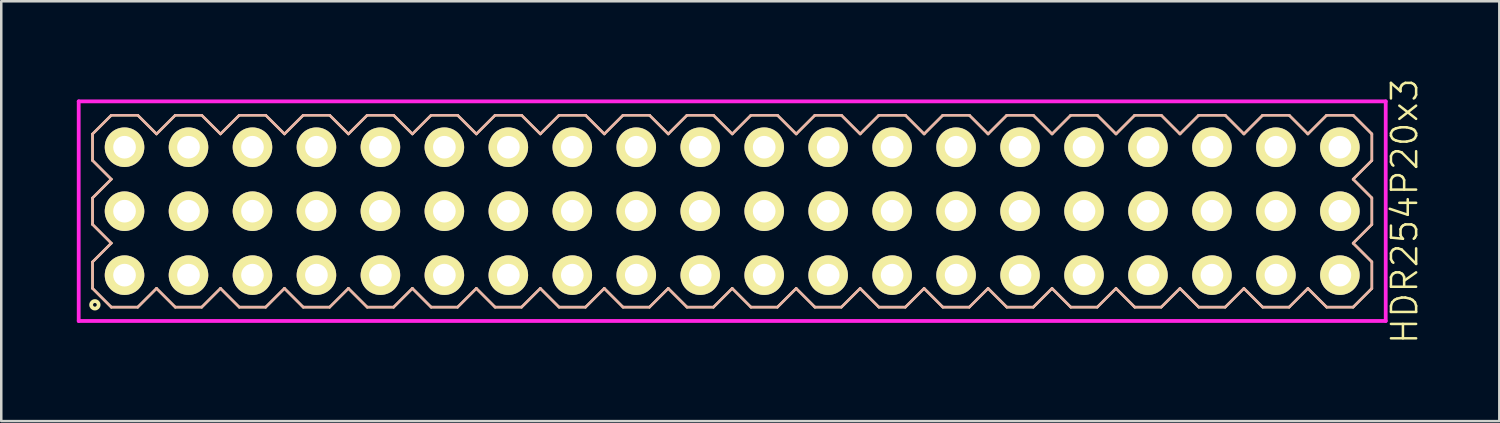
<source format=kicad_pcb>
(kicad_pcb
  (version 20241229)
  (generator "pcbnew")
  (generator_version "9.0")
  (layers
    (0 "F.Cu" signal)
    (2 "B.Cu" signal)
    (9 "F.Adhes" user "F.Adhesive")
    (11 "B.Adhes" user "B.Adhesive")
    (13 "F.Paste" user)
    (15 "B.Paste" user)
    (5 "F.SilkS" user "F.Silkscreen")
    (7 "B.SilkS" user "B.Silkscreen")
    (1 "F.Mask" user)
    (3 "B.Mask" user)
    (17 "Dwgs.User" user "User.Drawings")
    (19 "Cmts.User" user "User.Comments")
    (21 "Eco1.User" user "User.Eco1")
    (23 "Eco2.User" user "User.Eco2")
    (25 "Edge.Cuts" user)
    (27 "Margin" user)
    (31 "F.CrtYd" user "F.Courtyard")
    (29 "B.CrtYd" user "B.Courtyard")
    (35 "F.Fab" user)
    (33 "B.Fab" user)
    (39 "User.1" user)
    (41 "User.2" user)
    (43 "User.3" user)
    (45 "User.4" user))
  (footprint "HDR254P20x3"
    (layer "F.Cu")
    (at 26.025 5.336)
    (property "Reference" "HDR254P20x3" (at 26.7 0 90) (layer "F.SilkS") (effects (font (size 1 1) (thickness 0.1))))
    (attr through_hole)
    (fp_line (start -25.4 -3.066) (end -24.656 -3.81) (stroke (width 0.1) (type solid)) (layer "F.SilkS"))
    (fp_line (start -25.4 -2.014) (end -25.4 -3.066) (stroke (width 0.1) (type solid)) (layer "F.SilkS"))
    (fp_line (start -25.4 -0.526) (end -24.656 -1.27) (stroke (width 0.1) (type solid)) (layer "F.SilkS"))
    (fp_line (start -25.4 0.526) (end -25.4 -0.526) (stroke (width 0.1) (type solid)) (layer "F.SilkS"))
    (fp_line (start -25.4 2.014) (end -24.656 1.27) (stroke (width 0.1) (type solid)) (layer "F.SilkS"))
    (fp_line (start -25.4 3.066) (end -25.4 2.014) (stroke (width 0.1) (type solid)) (layer "F.SilkS"))
    (fp_line (start -24.656 -3.81) (end -23.604 -3.81) (stroke (width 0.1) (type solid)) (layer "F.SilkS"))
    (fp_line (start -24.656 -1.27) (end -25.4 -2.014) (stroke (width 0.1) (type solid)) (layer "F.SilkS"))
    (fp_line (start -24.656 1.27) (end -25.4 0.526) (stroke (width 0.1) (type solid)) (layer "F.SilkS"))
    (fp_line (start -24.656 3.81) (end -25.4 3.066) (stroke (width 0.1) (type solid)) (layer "F.SilkS"))
    (fp_line (start -23.604 -3.81) (end -22.86 -3.066) (stroke (width 0.1) (type solid)) (layer "F.SilkS"))
    (fp_line (start -23.604 3.81) (end -24.656 3.81) (stroke (width 0.1) (type solid)) (layer "F.SilkS"))
    (fp_line (start -22.86 -3.066) (end -22.116 -3.81) (stroke (width 0.1) (type solid)) (layer "F.SilkS"))
    (fp_line (start -22.86 3.066) (end -23.604 3.81) (stroke (width 0.1) (type solid)) (layer "F.SilkS"))
    (fp_line (start -22.116 -3.81) (end -21.064 -3.81) (stroke (width 0.1) (type solid)) (layer "F.SilkS"))
    (fp_line (start -22.116 3.81) (end -22.86 3.066) (stroke (width 0.1) (type solid)) (layer "F.SilkS"))
    (fp_line (start -21.064 -3.81) (end -20.32 -3.066) (stroke (width 0.1) (type solid)) (layer "F.SilkS"))
    (fp_line (start -21.064 3.81) (end -22.116 3.81) (stroke (width 0.1) (type solid)) (layer "F.SilkS"))
    (fp_line (start -20.32 -3.066) (end -19.576 -3.81) (stroke (width 0.1) (type solid)) (layer "F.SilkS"))
    (fp_line (start -20.32 3.066) (end -21.064 3.81) (stroke (width 0.1) (type solid)) (layer "F.SilkS"))
    (fp_line (start -19.576 -3.81) (end -18.524 -3.81) (stroke (width 0.1) (type solid)) (layer "F.SilkS"))
    (fp_line (start -19.576 3.81) (end -20.32 3.066) (stroke (width 0.1) (type solid)) (layer "F.SilkS"))
    (fp_line (start -18.524 -3.81) (end -17.78 -3.066) (stroke (width 0.1) (type solid)) (layer "F.SilkS"))
    (fp_line (start -18.524 3.81) (end -19.576 3.81) (stroke (width 0.1) (type solid)) (layer "F.SilkS"))
    (fp_line (start -17.78 -3.066) (end -17.036 -3.81) (stroke (width 0.1) (type solid)) (layer "F.SilkS"))
    (fp_line (start -17.78 3.066) (end -18.524 3.81) (stroke (width 0.1) (type solid)) (layer "F.SilkS"))
    (fp_line (start -17.036 -3.81) (end -15.984 -3.81) (stroke (width 0.1) (type solid)) (layer "F.SilkS"))
    (fp_line (start -17.036 3.81) (end -17.78 3.066) (stroke (width 0.1) (type solid)) (layer "F.SilkS"))
    (fp_line (start -15.984 -3.81) (end -15.24 -3.066) (stroke (width 0.1) (type solid)) (layer "F.SilkS"))
    (fp_line (start -15.984 3.81) (end -17.036 3.81) (stroke (width 0.1) (type solid)) (layer "F.SilkS"))
    (fp_line (start -15.24 -3.066) (end -14.496 -3.81) (stroke (width 0.1) (type solid)) (layer "F.SilkS"))
    (fp_line (start -15.24 3.066) (end -15.984 3.81) (stroke (width 0.1) (type solid)) (layer "F.SilkS"))
    (fp_line (start -14.496 -3.81) (end -13.444 -3.81) (stroke (width 0.1) (type solid)) (layer "F.SilkS"))
    (fp_line (start -14.496 3.81) (end -15.24 3.066) (stroke (width 0.1) (type solid)) (layer "F.SilkS"))
    (fp_line (start -13.444 -3.81) (end -12.7 -3.066) (stroke (width 0.1) (type solid)) (layer "F.SilkS"))
    (fp_line (start -13.444 3.81) (end -14.496 3.81) (stroke (width 0.1) (type solid)) (layer "F.SilkS"))
    (fp_line (start -12.7 -3.066) (end -11.956 -3.81) (stroke (width 0.1) (type solid)) (layer "F.SilkS"))
    (fp_line (start -12.7 3.066) (end -13.444 3.81) (stroke (width 0.1) (type solid)) (layer "F.SilkS"))
    (fp_line (start -11.956 -3.81) (end -10.904 -3.81) (stroke (width 0.1) (type solid)) (layer "F.SilkS"))
    (fp_line (start -11.956 3.81) (end -12.7 3.066) (stroke (width 0.1) (type solid)) (layer "F.SilkS"))
    (fp_line (start -10.904 -3.81) (end -10.16 -3.066) (stroke (width 0.1) (type solid)) (layer "F.SilkS"))
    (fp_line (start -10.904 3.81) (end -11.956 3.81) (stroke (width 0.1) (type solid)) (layer "F.SilkS"))
    (fp_line (start -10.16 -3.066) (end -9.416 -3.81) (stroke (width 0.1) (type solid)) (layer "F.SilkS"))
    (fp_line (start -10.16 3.066) (end -10.904 3.81) (stroke (width 0.1) (type solid)) (layer "F.SilkS"))
    (fp_line (start -9.416 -3.81) (end -8.364 -3.81) (stroke (width 0.1) (type solid)) (layer "F.SilkS"))
    (fp_line (start -9.416 3.81) (end -10.16 3.066) (stroke (width 0.1) (type solid)) (layer "F.SilkS"))
    (fp_line (start -8.364 -3.81) (end -7.62 -3.066) (stroke (width 0.1) (type solid)) (layer "F.SilkS"))
    (fp_line (start -8.364 3.81) (end -9.416 3.81) (stroke (width 0.1) (type solid)) (layer "F.SilkS"))
    (fp_line (start -7.62 -3.066) (end -6.876 -3.81) (stroke (width 0.1) (type solid)) (layer "F.SilkS"))
    (fp_line (start -7.62 3.066) (end -8.364 3.81) (stroke (width 0.1) (type solid)) (layer "F.SilkS"))
    (fp_line (start -6.876 -3.81) (end -5.824 -3.81) (stroke (width 0.1) (type solid)) (layer "F.SilkS"))
    (fp_line (start -6.876 3.81) (end -7.62 3.066) (stroke (width 0.1) (type solid)) (layer "F.SilkS"))
    (fp_line (start -5.824 -3.81) (end -5.08 -3.066) (stroke (width 0.1) (type solid)) (layer "F.SilkS"))
    (fp_line (start -5.824 3.81) (end -6.876 3.81) (stroke (width 0.1) (type solid)) (layer "F.SilkS"))
    (fp_line (start -5.08 -3.066) (end -4.336 -3.81) (stroke (width 0.1) (type solid)) (layer "F.SilkS"))
    (fp_line (start -5.08 3.066) (end -5.824 3.81) (stroke (width 0.1) (type solid)) (layer "F.SilkS"))
    (fp_line (start -4.336 -3.81) (end -3.284 -3.81) (stroke (width 0.1) (type solid)) (layer "F.SilkS"))
    (fp_line (start -4.336 3.81) (end -5.08 3.066) (stroke (width 0.1) (type solid)) (layer "F.SilkS"))
    (fp_line (start -3.284 -3.81) (end -2.54 -3.066) (stroke (width 0.1) (type solid)) (layer "F.SilkS"))
    (fp_line (start -3.284 3.81) (end -4.336 3.81) (stroke (width 0.1) (type solid)) (layer "F.SilkS"))
    (fp_line (start -2.54 -3.066) (end -1.796 -3.81) (stroke (width 0.1) (type solid)) (layer "F.SilkS"))
    (fp_line (start -2.54 3.066) (end -3.284 3.81) (stroke (width 0.1) (type solid)) (layer "F.SilkS"))
    (fp_line (start -1.796 -3.81) (end -0.744 -3.81) (stroke (width 0.1) (type solid)) (layer "F.SilkS"))
    (fp_line (start -1.796 3.81) (end -2.54 3.066) (stroke (width 0.1) (type solid)) (layer "F.SilkS"))
    (fp_line (start -0.744 -3.81) (end 0 -3.066) (stroke (width 0.1) (type solid)) (layer "F.SilkS"))
    (fp_line (start -0.744 3.81) (end -1.796 3.81) (stroke (width 0.1) (type solid)) (layer "F.SilkS"))
    (fp_line (start 0 -3.066) (end 0.744 -3.81) (stroke (width 0.1) (type solid)) (layer "F.SilkS"))
    (fp_line (start 0 3.066) (end -0.744 3.81) (stroke (width 0.1) (type solid)) (layer "F.SilkS"))
    (fp_line (start 0.744 -3.81) (end 1.796 -3.81) (stroke (width 0.1) (type solid)) (layer "F.SilkS"))
    (fp_line (start 0.744 3.81) (end 0 3.066) (stroke (width 0.1) (type solid)) (layer "F.SilkS"))
    (fp_line (start 1.796 -3.81) (end 2.54 -3.066) (stroke (width 0.1) (type solid)) (layer "F.SilkS"))
    (fp_line (start 1.796 3.81) (end 0.744 3.81) (stroke (width 0.1) (type solid)) (layer "F.SilkS"))
    (fp_line (start 2.54 -3.066) (end 3.284 -3.81) (stroke (width 0.1) (type solid)) (layer "F.SilkS"))
    (fp_line (start 2.54 3.066) (end 1.796 3.81) (stroke (width 0.1) (type solid)) (layer "F.SilkS"))
    (fp_line (start 3.284 -3.81) (end 4.336 -3.81) (stroke (width 0.1) (type solid)) (layer "F.SilkS"))
    (fp_line (start 3.284 3.81) (end 2.54 3.066) (stroke (width 0.1) (type solid)) (layer "F.SilkS"))
    (fp_line (start 4.336 -3.81) (end 5.08 -3.066) (stroke (width 0.1) (type solid)) (layer "F.SilkS"))
    (fp_line (start 4.336 3.81) (end 3.284 3.81) (stroke (width 0.1) (type solid)) (layer "F.SilkS"))
    (fp_line (start 5.08 -3.066) (end 5.824 -3.81) (stroke (width 0.1) (type solid)) (layer "F.SilkS"))
    (fp_line (start 5.08 3.066) (end 4.336 3.81) (stroke (width 0.1) (type solid)) (layer "F.SilkS"))
    (fp_line (start 5.824 -3.81) (end 6.876 -3.81) (stroke (width 0.1) (type solid)) (layer "F.SilkS"))
    (fp_line (start 5.824 3.81) (end 5.08 3.066) (stroke (width 0.1) (type solid)) (layer "F.SilkS"))
    (fp_line (start 6.876 -3.81) (end 7.62 -3.066) (stroke (width 0.1) (type solid)) (layer "F.SilkS"))
    (fp_line (start 6.876 3.81) (end 5.824 3.81) (stroke (width 0.1) (type solid)) (layer "F.SilkS"))
    (fp_line (start 7.62 -3.066) (end 8.364 -3.81) (stroke (width 0.1) (type solid)) (layer "F.SilkS"))
    (fp_line (start 7.62 3.066) (end 6.876 3.81) (stroke (width 0.1) (type solid)) (layer "F.SilkS"))
    (fp_line (start 8.364 -3.81) (end 9.416 -3.81) (stroke (width 0.1) (type solid)) (layer "F.SilkS"))
    (fp_line (start 8.364 3.81) (end 7.62 3.066) (stroke (width 0.1) (type solid)) (layer "F.SilkS"))
    (fp_line (start 9.416 -3.81) (end 10.16 -3.066) (stroke (width 0.1) (type solid)) (layer "F.SilkS"))
    (fp_line (start 9.416 3.81) (end 8.364 3.81) (stroke (width 0.1) (type solid)) (layer "F.SilkS"))
    (fp_line (start 10.16 -3.066) (end 10.904 -3.81) (stroke (width 0.1) (type solid)) (layer "F.SilkS"))
    (fp_line (start 10.16 3.066) (end 9.416 3.81) (stroke (width 0.1) (type solid)) (layer "F.SilkS"))
    (fp_line (start 10.904 -3.81) (end 11.956 -3.81) (stroke (width 0.1) (type solid)) (layer "F.SilkS"))
    (fp_line (start 10.904 3.81) (end 10.16 3.066) (stroke (width 0.1) (type solid)) (layer "F.SilkS"))
    (fp_line (start 11.956 -3.81) (end 12.7 -3.066) (stroke (width 0.1) (type solid)) (layer "F.SilkS"))
    (fp_line (start 11.956 3.81) (end 10.904 3.81) (stroke (width 0.1) (type solid)) (layer "F.SilkS"))
    (fp_line (start 12.7 -3.066) (end 13.444 -3.81) (stroke (width 0.1) (type solid)) (layer "F.SilkS"))
    (fp_line (start 12.7 3.066) (end 11.956 3.81) (stroke (width 0.1) (type solid)) (layer "F.SilkS"))
    (fp_line (start 13.444 -3.81) (end 14.496 -3.81) (stroke (width 0.1) (type solid)) (layer "F.SilkS"))
    (fp_line (start 13.444 3.81) (end 12.7 3.066) (stroke (width 0.1) (type solid)) (layer "F.SilkS"))
    (fp_line (start 14.496 -3.81) (end 15.24 -3.066) (stroke (width 0.1) (type solid)) (layer "F.SilkS"))
    (fp_line (start 14.496 3.81) (end 13.444 3.81) (stroke (width 0.1) (type solid)) (layer "F.SilkS"))
    (fp_line (start 15.24 -3.066) (end 15.984 -3.81) (stroke (width 0.1) (type solid)) (layer "F.SilkS"))
    (fp_line (start 15.24 3.066) (end 14.496 3.81) (stroke (width 0.1) (type solid)) (layer "F.SilkS"))
    (fp_line (start 15.984 -3.81) (end 17.036 -3.81) (stroke (width 0.1) (type solid)) (layer "F.SilkS"))
    (fp_line (start 15.984 3.81) (end 15.24 3.066) (stroke (width 0.1) (type solid)) (layer "F.SilkS"))
    (fp_line (start 17.036 -3.81) (end 17.78 -3.066) (stroke (width 0.1) (type solid)) (layer "F.SilkS"))
    (fp_line (start 17.036 3.81) (end 15.984 3.81) (stroke (width 0.1) (type solid)) (layer "F.SilkS"))
    (fp_line (start 17.78 -3.066) (end 18.524 -3.81) (stroke (width 0.1) (type solid)) (layer "F.SilkS"))
    (fp_line (start 17.78 3.066) (end 17.036 3.81) (stroke (width 0.1) (type solid)) (layer "F.SilkS"))
    (fp_line (start 18.524 -3.81) (end 19.576 -3.81) (stroke (width 0.1) (type solid)) (layer "F.SilkS"))
    (fp_line (start 18.524 3.81) (end 17.78 3.066) (stroke (width 0.1) (type solid)) (layer "F.SilkS"))
    (fp_line (start 19.576 -3.81) (end 20.32 -3.066) (stroke (width 0.1) (type solid)) (layer "F.SilkS"))
    (fp_line (start 19.576 3.81) (end 18.524 3.81) (stroke (width 0.1) (type solid)) (layer "F.SilkS"))
    (fp_line (start 20.32 -3.066) (end 21.064 -3.81) (stroke (width 0.1) (type solid)) (layer "F.SilkS"))
    (fp_line (start 20.32 3.066) (end 19.576 3.81) (stroke (width 0.1) (type solid)) (layer "F.SilkS"))
    (fp_line (start 21.064 -3.81) (end 22.116 -3.81) (stroke (width 0.1) (type solid)) (layer "F.SilkS"))
    (fp_line (start 21.064 3.81) (end 20.32 3.066) (stroke (width 0.1) (type solid)) (layer "F.SilkS"))
    (fp_line (start 22.116 -3.81) (end 22.86 -3.066) (stroke (width 0.1) (type solid)) (layer "F.SilkS"))
    (fp_line (start 22.116 3.81) (end 21.064 3.81) (stroke (width 0.1) (type solid)) (layer "F.SilkS"))
    (fp_line (start 22.86 -3.066) (end 23.604 -3.81) (stroke (width 0.1) (type solid)) (layer "F.SilkS"))
    (fp_line (start 22.86 3.066) (end 22.116 3.81) (stroke (width 0.1) (type solid)) (layer "F.SilkS"))
    (fp_line (start 23.604 -3.81) (end 24.656 -3.81) (stroke (width 0.1) (type solid)) (layer "F.SilkS"))
    (fp_line (start 23.604 3.81) (end 22.86 3.066) (stroke (width 0.1) (type solid)) (layer "F.SilkS"))
    (fp_line (start 24.656 -3.81) (end 25.4 -3.066) (stroke (width 0.1) (type solid)) (layer "F.SilkS"))
    (fp_line (start 24.656 -1.27) (end 25.4 -0.526) (stroke (width 0.1) (type solid)) (layer "F.SilkS"))
    (fp_line (start 24.656 1.27) (end 25.4 2.014) (stroke (width 0.1) (type solid)) (layer "F.SilkS"))
    (fp_line (start 24.656 3.81) (end 23.604 3.81) (stroke (width 0.1) (type solid)) (layer "F.SilkS"))
    (fp_line (start 25.4 -3.066) (end 25.4 -2.014) (stroke (width 0.1) (type solid)) (layer "F.SilkS"))
    (fp_line (start 25.4 -2.014) (end 24.656 -1.27) (stroke (width 0.1) (type solid)) (layer "F.SilkS"))
    (fp_line (start 25.4 -0.526) (end 25.4 0.526) (stroke (width 0.1) (type solid)) (layer "F.SilkS"))
    (fp_line (start 25.4 0.526) (end 24.656 1.27) (stroke (width 0.1) (type solid)) (layer "F.SilkS"))
    (fp_line (start 25.4 2.014) (end 25.4 3.066) (stroke (width 0.1) (type solid)) (layer "F.SilkS"))
    (fp_line (start 25.4 3.066) (end 24.656 3.81) (stroke (width 0.1) (type solid)) (layer "F.SilkS"))
    (fp_circle (center -25.307 3.718) (end -25.158 3.718) (stroke (width 0.15) (type solid)) (fill no) (layer "F.SilkS"))
    (fp_line (start -25.4 -3.066) (end -24.656 -3.81) (stroke (width 0.1) (type solid)) (layer "B.SilkS"))
    (fp_line (start -25.4 -2.014) (end -25.4 -3.066) (stroke (width 0.1) (type solid)) (layer "B.SilkS"))
    (fp_line (start -25.4 -0.526) (end -24.656 -1.27) (stroke (width 0.1) (type solid)) (layer "B.SilkS"))
    (fp_line (start -25.4 0.526) (end -25.4 -0.526) (stroke (width 0.1) (type solid)) (layer "B.SilkS"))
    (fp_line (start -25.4 2.014) (end -24.656 1.27) (stroke (width 0.1) (type solid)) (layer "B.SilkS"))
    (fp_line (start -25.4 3.066) (end -25.4 2.014) (stroke (width 0.1) (type solid)) (layer "B.SilkS"))
    (fp_line (start -24.656 -3.81) (end -23.604 -3.81) (stroke (width 0.1) (type solid)) (layer "B.SilkS"))
    (fp_line (start -24.656 -1.27) (end -25.4 -2.014) (stroke (width 0.1) (type solid)) (layer "B.SilkS"))
    (fp_line (start -24.656 1.27) (end -25.4 0.526) (stroke (width 0.1) (type solid)) (layer "B.SilkS"))
    (fp_line (start -24.656 3.81) (end -25.4 3.066) (stroke (width 0.1) (type solid)) (layer "B.SilkS"))
    (fp_line (start -23.604 -3.81) (end -22.86 -3.066) (stroke (width 0.1) (type solid)) (layer "B.SilkS"))
    (fp_line (start -23.604 3.81) (end -24.656 3.81) (stroke (width 0.1) (type solid)) (layer "B.SilkS"))
    (fp_line (start -22.86 -3.066) (end -22.116 -3.81) (stroke (width 0.1) (type solid)) (layer "B.SilkS"))
    (fp_line (start -22.86 3.066) (end -23.604 3.81) (stroke (width 0.1) (type solid)) (layer "B.SilkS"))
    (fp_line (start -22.116 -3.81) (end -21.064 -3.81) (stroke (width 0.1) (type solid)) (layer "B.SilkS"))
    (fp_line (start -22.116 3.81) (end -22.86 3.066) (stroke (width 0.1) (type solid)) (layer "B.SilkS"))
    (fp_line (start -21.064 -3.81) (end -20.32 -3.066) (stroke (width 0.1) (type solid)) (layer "B.SilkS"))
    (fp_line (start -21.064 3.81) (end -22.116 3.81) (stroke (width 0.1) (type solid)) (layer "B.SilkS"))
    (fp_line (start -20.32 -3.066) (end -19.576 -3.81) (stroke (width 0.1) (type solid)) (layer "B.SilkS"))
    (fp_line (start -20.32 3.066) (end -21.064 3.81) (stroke (width 0.1) (type solid)) (layer "B.SilkS"))
    (fp_line (start -19.576 -3.81) (end -18.524 -3.81) (stroke (width 0.1) (type solid)) (layer "B.SilkS"))
    (fp_line (start -19.576 3.81) (end -20.32 3.066) (stroke (width 0.1) (type solid)) (layer "B.SilkS"))
    (fp_line (start -18.524 -3.81) (end -17.78 -3.066) (stroke (width 0.1) (type solid)) (layer "B.SilkS"))
    (fp_line (start -18.524 3.81) (end -19.576 3.81) (stroke (width 0.1) (type solid)) (layer "B.SilkS"))
    (fp_line (start -17.78 -3.066) (end -17.036 -3.81) (stroke (width 0.1) (type solid)) (layer "B.SilkS"))
    (fp_line (start -17.78 3.066) (end -18.524 3.81) (stroke (width 0.1) (type solid)) (layer "B.SilkS"))
    (fp_line (start -17.036 -3.81) (end -15.984 -3.81) (stroke (width 0.1) (type solid)) (layer "B.SilkS"))
    (fp_line (start -17.036 3.81) (end -17.78 3.066) (stroke (width 0.1) (type solid)) (layer "B.SilkS"))
    (fp_line (start -15.984 -3.81) (end -15.24 -3.066) (stroke (width 0.1) (type solid)) (layer "B.SilkS"))
    (fp_line (start -15.984 3.81) (end -17.036 3.81) (stroke (width 0.1) (type solid)) (layer "B.SilkS"))
    (fp_line (start -15.24 -3.066) (end -14.496 -3.81) (stroke (width 0.1) (type solid)) (layer "B.SilkS"))
    (fp_line (start -15.24 3.066) (end -15.984 3.81) (stroke (width 0.1) (type solid)) (layer "B.SilkS"))
    (fp_line (start -14.496 -3.81) (end -13.444 -3.81) (stroke (width 0.1) (type solid)) (layer "B.SilkS"))
    (fp_line (start -14.496 3.81) (end -15.24 3.066) (stroke (width 0.1) (type solid)) (layer "B.SilkS"))
    (fp_line (start -13.444 -3.81) (end -12.7 -3.066) (stroke (width 0.1) (type solid)) (layer "B.SilkS"))
    (fp_line (start -13.444 3.81) (end -14.496 3.81) (stroke (width 0.1) (type solid)) (layer "B.SilkS"))
    (fp_line (start -12.7 -3.066) (end -11.956 -3.81) (stroke (width 0.1) (type solid)) (layer "B.SilkS"))
    (fp_line (start -12.7 3.066) (end -13.444 3.81) (stroke (width 0.1) (type solid)) (layer "B.SilkS"))
    (fp_line (start -11.956 -3.81) (end -10.904 -3.81) (stroke (width 0.1) (type solid)) (layer "B.SilkS"))
    (fp_line (start -11.956 3.81) (end -12.7 3.066) (stroke (width 0.1) (type solid)) (layer "B.SilkS"))
    (fp_line (start -10.904 -3.81) (end -10.16 -3.066) (stroke (width 0.1) (type solid)) (layer "B.SilkS"))
    (fp_line (start -10.904 3.81) (end -11.956 3.81) (stroke (width 0.1) (type solid)) (layer "B.SilkS"))
    (fp_line (start -10.16 -3.066) (end -9.416 -3.81) (stroke (width 0.1) (type solid)) (layer "B.SilkS"))
    (fp_line (start -10.16 3.066) (end -10.904 3.81) (stroke (width 0.1) (type solid)) (layer "B.SilkS"))
    (fp_line (start -9.416 -3.81) (end -8.364 -3.81) (stroke (width 0.1) (type solid)) (layer "B.SilkS"))
    (fp_line (start -9.416 3.81) (end -10.16 3.066) (stroke (width 0.1) (type solid)) (layer "B.SilkS"))
    (fp_line (start -8.364 -3.81) (end -7.62 -3.066) (stroke (width 0.1) (type solid)) (layer "B.SilkS"))
    (fp_line (start -8.364 3.81) (end -9.416 3.81) (stroke (width 0.1) (type solid)) (layer "B.SilkS"))
    (fp_line (start -7.62 -3.066) (end -6.876 -3.81) (stroke (width 0.1) (type solid)) (layer "B.SilkS"))
    (fp_line (start -7.62 3.066) (end -8.364 3.81) (stroke (width 0.1) (type solid)) (layer "B.SilkS"))
    (fp_line (start -6.876 -3.81) (end -5.824 -3.81) (stroke (width 0.1) (type solid)) (layer "B.SilkS"))
    (fp_line (start -6.876 3.81) (end -7.62 3.066) (stroke (width 0.1) (type solid)) (layer "B.SilkS"))
    (fp_line (start -5.824 -3.81) (end -5.08 -3.066) (stroke (width 0.1) (type solid)) (layer "B.SilkS"))
    (fp_line (start -5.824 3.81) (end -6.876 3.81) (stroke (width 0.1) (type solid)) (layer "B.SilkS"))
    (fp_line (start -5.08 -3.066) (end -4.336 -3.81) (stroke (width 0.1) (type solid)) (layer "B.SilkS"))
    (fp_line (start -5.08 3.066) (end -5.824 3.81) (stroke (width 0.1) (type solid)) (layer "B.SilkS"))
    (fp_line (start -4.336 -3.81) (end -3.284 -3.81) (stroke (width 0.1) (type solid)) (layer "B.SilkS"))
    (fp_line (start -4.336 3.81) (end -5.08 3.066) (stroke (width 0.1) (type solid)) (layer "B.SilkS"))
    (fp_line (start -3.284 -3.81) (end -2.54 -3.066) (stroke (width 0.1) (type solid)) (layer "B.SilkS"))
    (fp_line (start -3.284 3.81) (end -4.336 3.81) (stroke (width 0.1) (type solid)) (layer "B.SilkS"))
    (fp_line (start -2.54 -3.066) (end -1.796 -3.81) (stroke (width 0.1) (type solid)) (layer "B.SilkS"))
    (fp_line (start -2.54 3.066) (end -3.284 3.81) (stroke (width 0.1) (type solid)) (layer "B.SilkS"))
    (fp_line (start -1.796 -3.81) (end -0.744 -3.81) (stroke (width 0.1) (type solid)) (layer "B.SilkS"))
    (fp_line (start -1.796 3.81) (end -2.54 3.066) (stroke (width 0.1) (type solid)) (layer "B.SilkS"))
    (fp_line (start -0.744 -3.81) (end 0 -3.066) (stroke (width 0.1) (type solid)) (layer "B.SilkS"))
    (fp_line (start -0.744 3.81) (end -1.796 3.81) (stroke (width 0.1) (type solid)) (layer "B.SilkS"))
    (fp_line (start 0 -3.066) (end 0.744 -3.81) (stroke (width 0.1) (type solid)) (layer "B.SilkS"))
    (fp_line (start 0 3.066) (end -0.744 3.81) (stroke (width 0.1) (type solid)) (layer "B.SilkS"))
    (fp_line (start 0.744 -3.81) (end 1.796 -3.81) (stroke (width 0.1) (type solid)) (layer "B.SilkS"))
    (fp_line (start 0.744 3.81) (end 0 3.066) (stroke (width 0.1) (type solid)) (layer "B.SilkS"))
    (fp_line (start 1.796 -3.81) (end 2.54 -3.066) (stroke (width 0.1) (type solid)) (layer "B.SilkS"))
    (fp_line (start 1.796 3.81) (end 0.744 3.81) (stroke (width 0.1) (type solid)) (layer "B.SilkS"))
    (fp_line (start 2.54 -3.066) (end 3.284 -3.81) (stroke (width 0.1) (type solid)) (layer "B.SilkS"))
    (fp_line (start 2.54 3.066) (end 1.796 3.81) (stroke (width 0.1) (type solid)) (layer "B.SilkS"))
    (fp_line (start 3.284 -3.81) (end 4.336 -3.81) (stroke (width 0.1) (type solid)) (layer "B.SilkS"))
    (fp_line (start 3.284 3.81) (end 2.54 3.066) (stroke (width 0.1) (type solid)) (layer "B.SilkS"))
    (fp_line (start 4.336 -3.81) (end 5.08 -3.066) (stroke (width 0.1) (type solid)) (layer "B.SilkS"))
    (fp_line (start 4.336 3.81) (end 3.284 3.81) (stroke (width 0.1) (type solid)) (layer "B.SilkS"))
    (fp_line (start 5.08 -3.066) (end 5.824 -3.81) (stroke (width 0.1) (type solid)) (layer "B.SilkS"))
    (fp_line (start 5.08 3.066) (end 4.336 3.81) (stroke (width 0.1) (type solid)) (layer "B.SilkS"))
    (fp_line (start 5.824 -3.81) (end 6.876 -3.81) (stroke (width 0.1) (type solid)) (layer "B.SilkS"))
    (fp_line (start 5.824 3.81) (end 5.08 3.066) (stroke (width 0.1) (type solid)) (layer "B.SilkS"))
    (fp_line (start 6.876 -3.81) (end 7.62 -3.066) (stroke (width 0.1) (type solid)) (layer "B.SilkS"))
    (fp_line (start 6.876 3.81) (end 5.824 3.81) (stroke (width 0.1) (type solid)) (layer "B.SilkS"))
    (fp_line (start 7.62 -3.066) (end 8.364 -3.81) (stroke (width 0.1) (type solid)) (layer "B.SilkS"))
    (fp_line (start 7.62 3.066) (end 6.876 3.81) (stroke (width 0.1) (type solid)) (layer "B.SilkS"))
    (fp_line (start 8.364 -3.81) (end 9.416 -3.81) (stroke (width 0.1) (type solid)) (layer "B.SilkS"))
    (fp_line (start 8.364 3.81) (end 7.62 3.066) (stroke (width 0.1) (type solid)) (layer "B.SilkS"))
    (fp_line (start 9.416 -3.81) (end 10.16 -3.066) (stroke (width 0.1) (type solid)) (layer "B.SilkS"))
    (fp_line (start 9.416 3.81) (end 8.364 3.81) (stroke (width 0.1) (type solid)) (layer "B.SilkS"))
    (fp_line (start 10.16 -3.066) (end 10.904 -3.81) (stroke (width 0.1) (type solid)) (layer "B.SilkS"))
    (fp_line (start 10.16 3.066) (end 9.416 3.81) (stroke (width 0.1) (type solid)) (layer "B.SilkS"))
    (fp_line (start 10.904 -3.81) (end 11.956 -3.81) (stroke (width 0.1) (type solid)) (layer "B.SilkS"))
    (fp_line (start 10.904 3.81) (end 10.16 3.066) (stroke (width 0.1) (type solid)) (layer "B.SilkS"))
    (fp_line (start 11.956 -3.81) (end 12.7 -3.066) (stroke (width 0.1) (type solid)) (layer "B.SilkS"))
    (fp_line (start 11.956 3.81) (end 10.904 3.81) (stroke (width 0.1) (type solid)) (layer "B.SilkS"))
    (fp_line (start 12.7 -3.066) (end 13.444 -3.81) (stroke (width 0.1) (type solid)) (layer "B.SilkS"))
    (fp_line (start 12.7 3.066) (end 11.956 3.81) (stroke (width 0.1) (type solid)) (layer "B.SilkS"))
    (fp_line (start 13.444 -3.81) (end 14.496 -3.81) (stroke (width 0.1) (type solid)) (layer "B.SilkS"))
    (fp_line (start 13.444 3.81) (end 12.7 3.066) (stroke (width 0.1) (type solid)) (layer "B.SilkS"))
    (fp_line (start 14.496 -3.81) (end 15.24 -3.066) (stroke (width 0.1) (type solid)) (layer "B.SilkS"))
    (fp_line (start 14.496 3.81) (end 13.444 3.81) (stroke (width 0.1) (type solid)) (layer "B.SilkS"))
    (fp_line (start 15.24 -3.066) (end 15.984 -3.81) (stroke (width 0.1) (type solid)) (layer "B.SilkS"))
    (fp_line (start 15.24 3.066) (end 14.496 3.81) (stroke (width 0.1) (type solid)) (layer "B.SilkS"))
    (fp_line (start 15.984 -3.81) (end 17.036 -3.81) (stroke (width 0.1) (type solid)) (layer "B.SilkS"))
    (fp_line (start 15.984 3.81) (end 15.24 3.066) (stroke (width 0.1) (type solid)) (layer "B.SilkS"))
    (fp_line (start 17.036 -3.81) (end 17.78 -3.066) (stroke (width 0.1) (type solid)) (layer "B.SilkS"))
    (fp_line (start 17.036 3.81) (end 15.984 3.81) (stroke (width 0.1) (type solid)) (layer "B.SilkS"))
    (fp_line (start 17.78 -3.066) (end 18.524 -3.81) (stroke (width 0.1) (type solid)) (layer "B.SilkS"))
    (fp_line (start 17.78 3.066) (end 17.036 3.81) (stroke (width 0.1) (type solid)) (layer "B.SilkS"))
    (fp_line (start 18.524 -3.81) (end 19.576 -3.81) (stroke (width 0.1) (type solid)) (layer "B.SilkS"))
    (fp_line (start 18.524 3.81) (end 17.78 3.066) (stroke (width 0.1) (type solid)) (layer "B.SilkS"))
    (fp_line (start 19.576 -3.81) (end 20.32 -3.066) (stroke (width 0.1) (type solid)) (layer "B.SilkS"))
    (fp_line (start 19.576 3.81) (end 18.524 3.81) (stroke (width 0.1) (type solid)) (layer "B.SilkS"))
    (fp_line (start 20.32 -3.066) (end 21.064 -3.81) (stroke (width 0.1) (type solid)) (layer "B.SilkS"))
    (fp_line (start 20.32 3.066) (end 19.576 3.81) (stroke (width 0.1) (type solid)) (layer "B.SilkS"))
    (fp_line (start 21.064 -3.81) (end 22.116 -3.81) (stroke (width 0.1) (type solid)) (layer "B.SilkS"))
    (fp_line (start 21.064 3.81) (end 20.32 3.066) (stroke (width 0.1) (type solid)) (layer "B.SilkS"))
    (fp_line (start 22.116 -3.81) (end 22.86 -3.066) (stroke (width 0.1) (type solid)) (layer "B.SilkS"))
    (fp_line (start 22.116 3.81) (end 21.064 3.81) (stroke (width 0.1) (type solid)) (layer "B.SilkS"))
    (fp_line (start 22.86 -3.066) (end 23.604 -3.81) (stroke (width 0.1) (type solid)) (layer "B.SilkS"))
    (fp_line (start 22.86 3.066) (end 22.116 3.81) (stroke (width 0.1) (type solid)) (layer "B.SilkS"))
    (fp_line (start 23.604 -3.81) (end 24.656 -3.81) (stroke (width 0.1) (type solid)) (layer "B.SilkS"))
    (fp_line (start 23.604 3.81) (end 22.86 3.066) (stroke (width 0.1) (type solid)) (layer "B.SilkS"))
    (fp_line (start 24.656 -3.81) (end 25.4 -3.066) (stroke (width 0.1) (type solid)) (layer "B.SilkS"))
    (fp_line (start 24.656 -1.27) (end 25.4 -0.526) (stroke (width 0.1) (type solid)) (layer "B.SilkS"))
    (fp_line (start 24.656 1.27) (end 25.4 2.014) (stroke (width 0.1) (type solid)) (layer "B.SilkS"))
    (fp_line (start 24.656 3.81) (end 23.604 3.81) (stroke (width 0.1) (type solid)) (layer "B.SilkS"))
    (fp_line (start 25.4 -3.066) (end 25.4 -2.014) (stroke (width 0.1) (type solid)) (layer "B.SilkS"))
    (fp_line (start 25.4 -2.014) (end 24.656 -1.27) (stroke (width 0.1) (type solid)) (layer "B.SilkS"))
    (fp_line (start 25.4 -0.526) (end 25.4 0.526) (stroke (width 0.1) (type solid)) (layer "B.SilkS"))
    (fp_line (start 25.4 0.526) (end 24.656 1.27) (stroke (width 0.1) (type solid)) (layer "B.SilkS"))
    (fp_line (start 25.4 2.014) (end 25.4 3.066) (stroke (width 0.1) (type solid)) (layer "B.SilkS"))
    (fp_line (start 25.4 3.066) (end 24.656 3.81) (stroke (width 0.1) (type solid)) (layer "B.SilkS"))
    (fp_line (start -25.95 -4.36) (end -25.95 4.36) (stroke (width 0.15) (type solid)) (layer "F.CrtYd"))
    (fp_line (start -25.95 4.36) (end 25.95 4.36) (stroke (width 0.15) (type solid)) (layer "F.CrtYd"))
    (fp_line (start 25.95 -4.36) (end -25.95 -4.36) (stroke (width 0.15) (type solid)) (layer "F.CrtYd"))
    (fp_line (start 25.95 4.36) (end 25.95 -4.36) (stroke (width 0.15) (type solid)) (layer "F.CrtYd"))
    (pad "1" thru_hole oval (at -24.13 2.54) (size 1.57 1.57) (drill 0.9) (layers "*.Cu" "*.Mask" "F.SilkS"))
    (pad "2" thru_hole oval (at -24.13 0) (size 1.57 1.57) (drill 0.9) (layers "*.Cu" "*.Mask" "F.SilkS"))
    (pad "3" thru_hole oval (at -24.13 -2.54) (size 1.57 1.57) (drill 0.9) (layers "*.Cu" "*.Mask" "F.SilkS"))
    (pad "4" thru_hole oval (at -21.59 2.54) (size 1.57 1.57) (drill 0.9) (layers "*.Cu" "*.Mask" "F.SilkS"))
    (pad "5" thru_hole oval (at -21.59 0) (size 1.57 1.57) (drill 0.9) (layers "*.Cu" "*.Mask" "F.SilkS"))
    (pad "6" thru_hole oval (at -21.59 -2.54) (size 1.57 1.57) (drill 0.9) (layers "*.Cu" "*.Mask" "F.SilkS"))
    (pad "7" thru_hole oval (at -19.05 2.54) (size 1.57 1.57) (drill 0.9) (layers "*.Cu" "*.Mask" "F.SilkS"))
    (pad "8" thru_hole oval (at -19.05 0) (size 1.57 1.57) (drill 0.9) (layers "*.Cu" "*.Mask" "F.SilkS"))
    (pad "9" thru_hole oval (at -19.05 -2.54) (size 1.57 1.57) (drill 0.9) (layers "*.Cu" "*.Mask" "F.SilkS"))
    (pad "10" thru_hole oval (at -16.51 2.54) (size 1.57 1.57) (drill 0.9) (layers "*.Cu" "*.Mask" "F.SilkS"))
    (pad "11" thru_hole oval (at -16.51 0) (size 1.57 1.57) (drill 0.9) (layers "*.Cu" "*.Mask" "F.SilkS"))
    (pad "12" thru_hole oval (at -16.51 -2.54) (size 1.57 1.57) (drill 0.9) (layers "*.Cu" "*.Mask" "F.SilkS"))
    (pad "13" thru_hole oval (at -13.97 2.54) (size 1.57 1.57) (drill 0.9) (layers "*.Cu" "*.Mask" "F.SilkS"))
    (pad "14" thru_hole oval (at -13.97 0) (size 1.57 1.57) (drill 0.9) (layers "*.Cu" "*.Mask" "F.SilkS"))
    (pad "15" thru_hole oval (at -13.97 -2.54) (size 1.57 1.57) (drill 0.9) (layers "*.Cu" "*.Mask" "F.SilkS"))
    (pad "16" thru_hole oval (at -11.43 2.54) (size 1.57 1.57) (drill 0.9) (layers "*.Cu" "*.Mask" "F.SilkS"))
    (pad "17" thru_hole oval (at -11.43 0) (size 1.57 1.57) (drill 0.9) (layers "*.Cu" "*.Mask" "F.SilkS"))
    (pad "18" thru_hole oval (at -11.43 -2.54) (size 1.57 1.57) (drill 0.9) (layers "*.Cu" "*.Mask" "F.SilkS"))
    (pad "19" thru_hole oval (at -8.89 2.54) (size 1.57 1.57) (drill 0.9) (layers "*.Cu" "*.Mask" "F.SilkS"))
    (pad "20" thru_hole oval (at -8.89 0) (size 1.57 1.57) (drill 0.9) (layers "*.Cu" "*.Mask" "F.SilkS"))
    (pad "21" thru_hole oval (at -8.89 -2.54) (size 1.57 1.57) (drill 0.9) (layers "*.Cu" "*.Mask" "F.SilkS"))
    (pad "22" thru_hole oval (at -6.35 2.54) (size 1.57 1.57) (drill 0.9) (layers "*.Cu" "*.Mask" "F.SilkS"))
    (pad "23" thru_hole oval (at -6.35 0) (size 1.57 1.57) (drill 0.9) (layers "*.Cu" "*.Mask" "F.SilkS"))
    (pad "24" thru_hole oval (at -6.35 -2.54) (size 1.57 1.57) (drill 0.9) (layers "*.Cu" "*.Mask" "F.SilkS"))
    (pad "25" thru_hole oval (at -3.81 2.54) (size 1.57 1.57) (drill 0.9) (layers "*.Cu" "*.Mask" "F.SilkS"))
    (pad "26" thru_hole oval (at -3.81 0) (size 1.57 1.57) (drill 0.9) (layers "*.Cu" "*.Mask" "F.SilkS"))
    (pad "27" thru_hole oval (at -3.81 -2.54) (size 1.57 1.57) (drill 0.9) (layers "*.Cu" "*.Mask" "F.SilkS"))
    (pad "28" thru_hole oval (at -1.27 2.54) (size 1.57 1.57) (drill 0.9) (layers "*.Cu" "*.Mask" "F.SilkS"))
    (pad "29" thru_hole oval (at -1.27 0) (size 1.57 1.57) (drill 0.9) (layers "*.Cu" "*.Mask" "F.SilkS"))
    (pad "30" thru_hole oval (at -1.27 -2.54) (size 1.57 1.57) (drill 0.9) (layers "*.Cu" "*.Mask" "F.SilkS"))
    (pad "31" thru_hole oval (at 1.27 2.54) (size 1.57 1.57) (drill 0.9) (layers "*.Cu" "*.Mask" "F.SilkS"))
    (pad "32" thru_hole oval (at 1.27 0) (size 1.57 1.57) (drill 0.9) (layers "*.Cu" "*.Mask" "F.SilkS"))
    (pad "33" thru_hole oval (at 1.27 -2.54) (size 1.57 1.57) (drill 0.9) (layers "*.Cu" "*.Mask" "F.SilkS"))
    (pad "34" thru_hole oval (at 3.81 2.54) (size 1.57 1.57) (drill 0.9) (layers "*.Cu" "*.Mask" "F.SilkS"))
    (pad "35" thru_hole oval (at 3.81 0) (size 1.57 1.57) (drill 0.9) (layers "*.Cu" "*.Mask" "F.SilkS"))
    (pad "36" thru_hole oval (at 3.81 -2.54) (size 1.57 1.57) (drill 0.9) (layers "*.Cu" "*.Mask" "F.SilkS"))
    (pad "37" thru_hole oval (at 6.35 2.54) (size 1.57 1.57) (drill 0.9) (layers "*.Cu" "*.Mask" "F.SilkS"))
    (pad "38" thru_hole oval (at 6.35 0) (size 1.57 1.57) (drill 0.9) (layers "*.Cu" "*.Mask" "F.SilkS"))
    (pad "39" thru_hole oval (at 6.35 -2.54) (size 1.57 1.57) (drill 0.9) (layers "*.Cu" "*.Mask" "F.SilkS"))
    (pad "40" thru_hole oval (at 8.89 2.54) (size 1.57 1.57) (drill 0.9) (layers "*.Cu" "*.Mask" "F.SilkS"))
    (pad "41" thru_hole oval (at 8.89 0) (size 1.57 1.57) (drill 0.9) (layers "*.Cu" "*.Mask" "F.SilkS"))
    (pad "42" thru_hole oval (at 8.89 -2.54) (size 1.57 1.57) (drill 0.9) (layers "*.Cu" "*.Mask" "F.SilkS"))
    (pad "43" thru_hole oval (at 11.43 2.54) (size 1.57 1.57) (drill 0.9) (layers "*.Cu" "*.Mask" "F.SilkS"))
    (pad "44" thru_hole oval (at 11.43 0) (size 1.57 1.57) (drill 0.9) (layers "*.Cu" "*.Mask" "F.SilkS"))
    (pad "45" thru_hole oval (at 11.43 -2.54) (size 1.57 1.57) (drill 0.9) (layers "*.Cu" "*.Mask" "F.SilkS"))
    (pad "46" thru_hole oval (at 13.97 2.54) (size 1.57 1.57) (drill 0.9) (layers "*.Cu" "*.Mask" "F.SilkS"))
    (pad "47" thru_hole oval (at 13.97 0) (size 1.57 1.57) (drill 0.9) (layers "*.Cu" "*.Mask" "F.SilkS"))
    (pad "48" thru_hole oval (at 13.97 -2.54) (size 1.57 1.57) (drill 0.9) (layers "*.Cu" "*.Mask" "F.SilkS"))
    (pad "49" thru_hole oval (at 16.51 2.54) (size 1.57 1.57) (drill 0.9) (layers "*.Cu" "*.Mask" "F.SilkS"))
    (pad "50" thru_hole oval (at 16.51 0) (size 1.57 1.57) (drill 0.9) (layers "*.Cu" "*.Mask" "F.SilkS"))
    (pad "51" thru_hole oval (at 16.51 -2.54) (size 1.57 1.57) (drill 0.9) (layers "*.Cu" "*.Mask" "F.SilkS"))
    (pad "52" thru_hole oval (at 19.05 2.54) (size 1.57 1.57) (drill 0.9) (layers "*.Cu" "*.Mask" "F.SilkS"))
    (pad "53" thru_hole oval (at 19.05 0) (size 1.57 1.57) (drill 0.9) (layers "*.Cu" "*.Mask" "F.SilkS"))
    (pad "54" thru_hole oval (at 19.05 -2.54) (size 1.57 1.57) (drill 0.9) (layers "*.Cu" "*.Mask" "F.SilkS"))
    (pad "55" thru_hole oval (at 21.59 2.54) (size 1.57 1.57) (drill 0.9) (layers "*.Cu" "*.Mask" "F.SilkS"))
    (pad "56" thru_hole oval (at 21.59 0) (size 1.57 1.57) (drill 0.9) (layers "*.Cu" "*.Mask" "F.SilkS"))
    (pad "57" thru_hole oval (at 21.59 -2.54) (size 1.57 1.57) (drill 0.9) (layers "*.Cu" "*.Mask" "F.SilkS"))
    (pad "58" thru_hole oval (at 24.13 2.54) (size 1.57 1.57) (drill 0.9) (layers "*.Cu" "*.Mask" "F.SilkS"))
    (pad "59" thru_hole oval (at 24.13 0) (size 1.57 1.57) (drill 0.9) (layers "*.Cu" "*.Mask" "F.SilkS"))
    (pad "60" thru_hole oval (at 24.13 -2.54) (size 1.57 1.57) (drill 0.9) (layers "*.Cu" "*.Mask" "F.SilkS")))
  (gr_rect
    (start -3 -3)
    (end 56.486 13.671)
    (stroke (width 0.1) (type default))
    (fill no)
    (layer "Edge.Cuts")))
</source>
